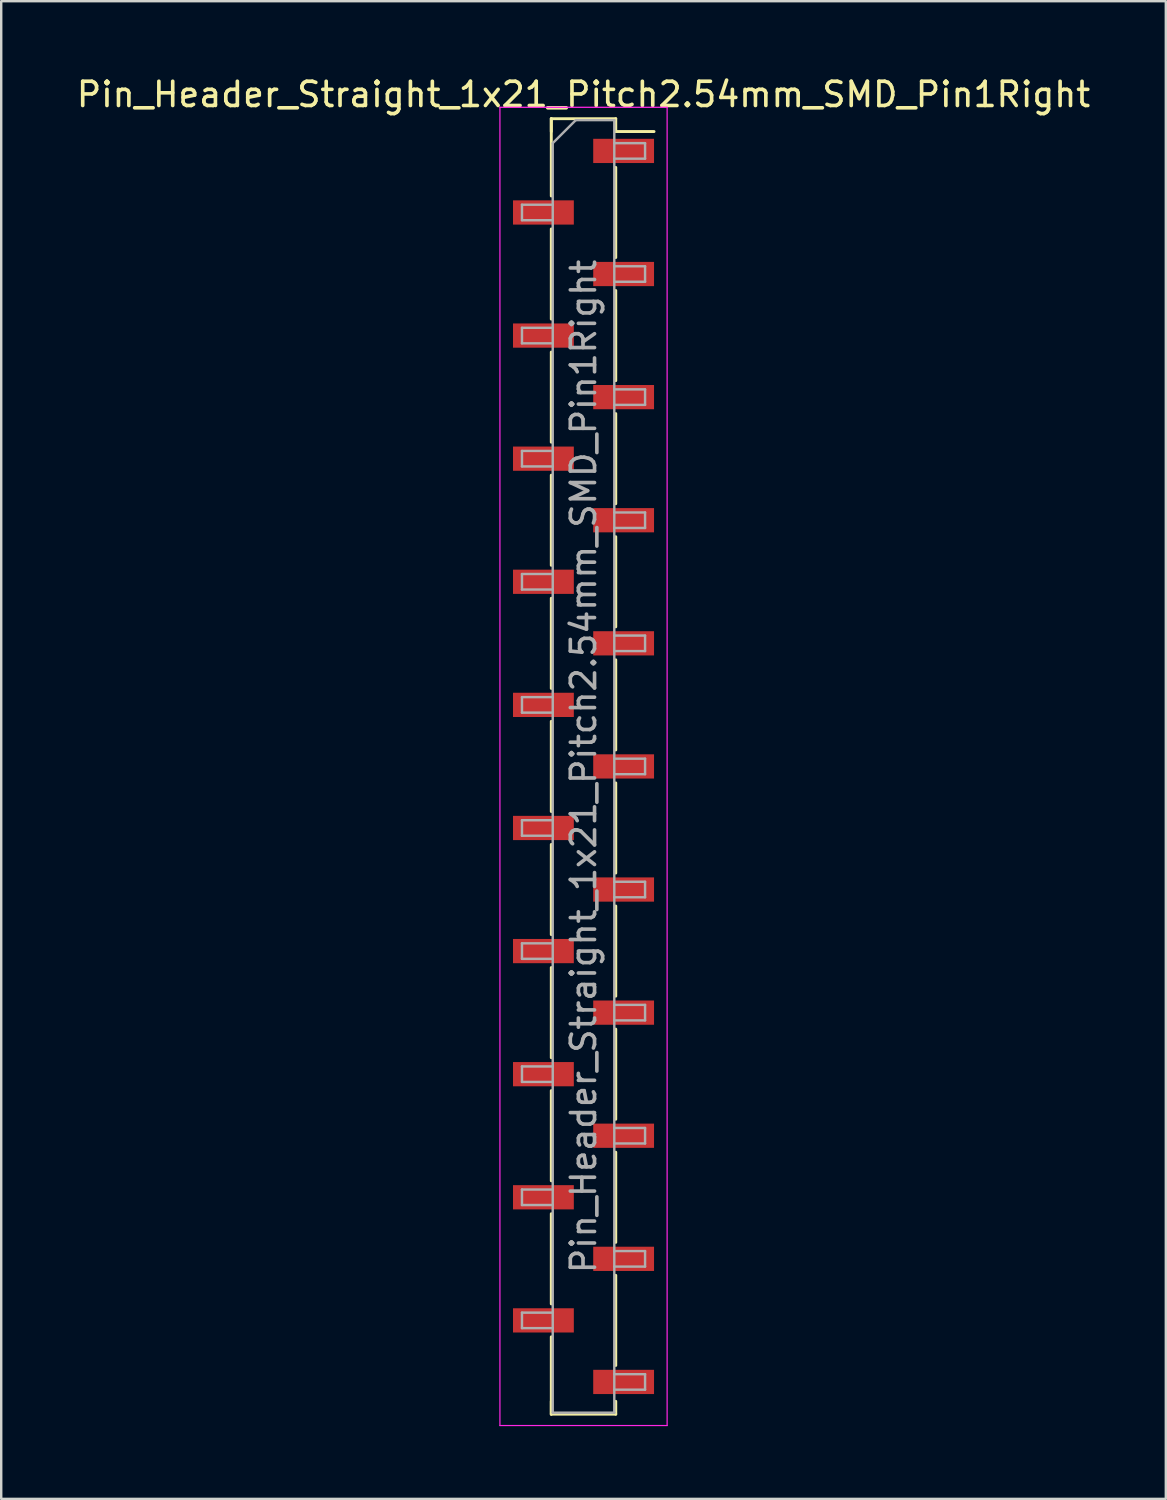
<source format=kicad_pcb>
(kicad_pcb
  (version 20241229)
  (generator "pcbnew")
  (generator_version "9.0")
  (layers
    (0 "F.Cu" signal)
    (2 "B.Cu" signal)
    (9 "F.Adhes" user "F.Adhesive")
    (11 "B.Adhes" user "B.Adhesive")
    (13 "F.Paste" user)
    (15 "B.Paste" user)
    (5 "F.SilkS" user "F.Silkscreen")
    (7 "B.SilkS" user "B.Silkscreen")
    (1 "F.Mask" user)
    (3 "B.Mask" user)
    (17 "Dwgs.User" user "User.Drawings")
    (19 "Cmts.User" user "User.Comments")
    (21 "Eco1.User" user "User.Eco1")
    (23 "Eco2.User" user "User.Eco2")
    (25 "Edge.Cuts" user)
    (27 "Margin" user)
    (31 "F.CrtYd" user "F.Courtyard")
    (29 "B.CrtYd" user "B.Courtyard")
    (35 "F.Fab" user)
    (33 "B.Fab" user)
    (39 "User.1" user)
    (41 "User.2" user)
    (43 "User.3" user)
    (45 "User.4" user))
  (footprint "Pin_Header_Straight_1x21_Pitch2.54mm_SMD_Pin1Right"
    (layer "F.Cu")
    (at 21.03 28.578)
    (property "Reference" "Pin_Header_Straight_1x21_Pitch2.54mm_SMD_Pin1Right" (at 0 -27.73 0) (layer "F.SilkS") (effects (font (size 1 1) (thickness 0.15))))
    (attr smd)
    (fp_line (start -1.33 -26.73) (end -1.33 -23.54) (stroke (width 0.12) (type solid)) (layer "F.SilkS"))
    (fp_line (start -1.33 -26.73) (end 1.33 -26.73) (stroke (width 0.12) (type solid)) (layer "F.SilkS"))
    (fp_line (start -1.33 -26.2) (end -1.33 -26.73) (stroke (width 0.12) (type solid)) (layer "F.SilkS"))
    (fp_line (start -1.33 -22.18) (end -1.33 -18.46) (stroke (width 0.12) (type solid)) (layer "F.SilkS"))
    (fp_line (start -1.33 -17.1) (end -1.33 -13.38) (stroke (width 0.12) (type solid)) (layer "F.SilkS"))
    (fp_line (start -1.33 -12.02) (end -1.33 -8.3) (stroke (width 0.12) (type solid)) (layer "F.SilkS"))
    (fp_line (start -1.33 -6.94) (end -1.33 -3.22) (stroke (width 0.12) (type solid)) (layer "F.SilkS"))
    (fp_line (start -1.33 -1.86) (end -1.33 1.86) (stroke (width 0.12) (type solid)) (layer "F.SilkS"))
    (fp_line (start -1.33 3.22) (end -1.33 6.94) (stroke (width 0.12) (type solid)) (layer "F.SilkS"))
    (fp_line (start -1.33 8.3) (end -1.33 12.02) (stroke (width 0.12) (type solid)) (layer "F.SilkS"))
    (fp_line (start -1.33 13.38) (end -1.33 17.1) (stroke (width 0.12) (type solid)) (layer "F.SilkS"))
    (fp_line (start -1.33 18.46) (end -1.33 22.18) (stroke (width 0.12) (type solid)) (layer "F.SilkS"))
    (fp_line (start -1.33 23.54) (end -1.33 26.73) (stroke (width 0.12) (type solid)) (layer "F.SilkS"))
    (fp_line (start -1.33 26.2) (end -1.33 26.73) (stroke (width 0.12) (type solid)) (layer "F.SilkS"))
    (fp_line (start -1.33 26.73) (end 1.33 26.73) (stroke (width 0.12) (type solid)) (layer "F.SilkS"))
    (fp_line (start 1.33 -26.73) (end 1.33 -26.2) (stroke (width 0.12) (type solid)) (layer "F.SilkS"))
    (fp_line (start 1.33 -26.2) (end 2.91 -26.2) (stroke (width 0.12) (type solid)) (layer "F.SilkS"))
    (fp_line (start 1.33 -24.72) (end 1.33 -21) (stroke (width 0.12) (type solid)) (layer "F.SilkS"))
    (fp_line (start 1.33 -19.64) (end 1.33 -15.92) (stroke (width 0.12) (type solid)) (layer "F.SilkS"))
    (fp_line (start 1.33 -14.56) (end 1.33 -10.84) (stroke (width 0.12) (type solid)) (layer "F.SilkS"))
    (fp_line (start 1.33 -9.48) (end 1.33 -5.76) (stroke (width 0.12) (type solid)) (layer "F.SilkS"))
    (fp_line (start 1.33 -4.4) (end 1.33 -0.68) (stroke (width 0.12) (type solid)) (layer "F.SilkS"))
    (fp_line (start 1.33 0.68) (end 1.33 4.4) (stroke (width 0.12) (type solid)) (layer "F.SilkS"))
    (fp_line (start 1.33 5.76) (end 1.33 9.48) (stroke (width 0.12) (type solid)) (layer "F.SilkS"))
    (fp_line (start 1.33 10.84) (end 1.33 14.56) (stroke (width 0.12) (type solid)) (layer "F.SilkS"))
    (fp_line (start 1.33 15.92) (end 1.33 19.64) (stroke (width 0.12) (type solid)) (layer "F.SilkS"))
    (fp_line (start 1.33 21) (end 1.33 24.72) (stroke (width 0.12) (type solid)) (layer "F.SilkS"))
    (fp_line (start 1.33 26.73) (end 1.33 26.2) (stroke (width 0.12) (type solid)) (layer "F.SilkS"))
    (fp_line (start -3.45 -27.2) (end -3.45 27.2) (stroke (width 0.05) (type solid)) (layer "F.CrtYd"))
    (fp_line (start -3.45 27.2) (end 3.45 27.2) (stroke (width 0.05) (type solid)) (layer "F.CrtYd"))
    (fp_line (start 3.45 -27.2) (end -3.45 -27.2) (stroke (width 0.05) (type solid)) (layer "F.CrtYd"))
    (fp_line (start 3.45 27.2) (end 3.45 -27.2) (stroke (width 0.05) (type solid)) (layer "F.CrtYd"))
    (fp_line (start -2.54 -23.18) (end -2.54 -22.54) (stroke (width 0.1) (type solid)) (layer "F.Fab"))
    (fp_line (start -2.54 -22.54) (end -1.27 -22.54) (stroke (width 0.1) (type solid)) (layer "F.Fab"))
    (fp_line (start -2.54 -18.1) (end -2.54 -17.46) (stroke (width 0.1) (type solid)) (layer "F.Fab"))
    (fp_line (start -2.54 -17.46) (end -1.27 -17.46) (stroke (width 0.1) (type solid)) (layer "F.Fab"))
    (fp_line (start -2.54 -13.02) (end -2.54 -12.38) (stroke (width 0.1) (type solid)) (layer "F.Fab"))
    (fp_line (start -2.54 -12.38) (end -1.27 -12.38) (stroke (width 0.1) (type solid)) (layer "F.Fab"))
    (fp_line (start -2.54 -7.94) (end -2.54 -7.3) (stroke (width 0.1) (type solid)) (layer "F.Fab"))
    (fp_line (start -2.54 -7.3) (end -1.27 -7.3) (stroke (width 0.1) (type solid)) (layer "F.Fab"))
    (fp_line (start -2.54 -2.86) (end -2.54 -2.22) (stroke (width 0.1) (type solid)) (layer "F.Fab"))
    (fp_line (start -2.54 -2.22) (end -1.27 -2.22) (stroke (width 0.1) (type solid)) (layer "F.Fab"))
    (fp_line (start -2.54 2.22) (end -2.54 2.86) (stroke (width 0.1) (type solid)) (layer "F.Fab"))
    (fp_line (start -2.54 2.86) (end -1.27 2.86) (stroke (width 0.1) (type solid)) (layer "F.Fab"))
    (fp_line (start -2.54 7.3) (end -2.54 7.94) (stroke (width 0.1) (type solid)) (layer "F.Fab"))
    (fp_line (start -2.54 7.94) (end -1.27 7.94) (stroke (width 0.1) (type solid)) (layer "F.Fab"))
    (fp_line (start -2.54 12.38) (end -2.54 13.02) (stroke (width 0.1) (type solid)) (layer "F.Fab"))
    (fp_line (start -2.54 13.02) (end -1.27 13.02) (stroke (width 0.1) (type solid)) (layer "F.Fab"))
    (fp_line (start -2.54 17.46) (end -2.54 18.1) (stroke (width 0.1) (type solid)) (layer "F.Fab"))
    (fp_line (start -2.54 18.1) (end -1.27 18.1) (stroke (width 0.1) (type solid)) (layer "F.Fab"))
    (fp_line (start -2.54 22.54) (end -2.54 23.18) (stroke (width 0.1) (type solid)) (layer "F.Fab"))
    (fp_line (start -2.54 23.18) (end -1.27 23.18) (stroke (width 0.1) (type solid)) (layer "F.Fab"))
    (fp_line (start -1.27 -25.72) (end -0.32 -26.67) (stroke (width 0.1) (type solid)) (layer "F.Fab"))
    (fp_line (start -1.27 -23.18) (end -2.54 -23.18) (stroke (width 0.1) (type solid)) (layer "F.Fab"))
    (fp_line (start -1.27 -18.1) (end -2.54 -18.1) (stroke (width 0.1) (type solid)) (layer "F.Fab"))
    (fp_line (start -1.27 -13.02) (end -2.54 -13.02) (stroke (width 0.1) (type solid)) (layer "F.Fab"))
    (fp_line (start -1.27 -7.94) (end -2.54 -7.94) (stroke (width 0.1) (type solid)) (layer "F.Fab"))
    (fp_line (start -1.27 -2.86) (end -2.54 -2.86) (stroke (width 0.1) (type solid)) (layer "F.Fab"))
    (fp_line (start -1.27 2.22) (end -2.54 2.22) (stroke (width 0.1) (type solid)) (layer "F.Fab"))
    (fp_line (start -1.27 7.3) (end -2.54 7.3) (stroke (width 0.1) (type solid)) (layer "F.Fab"))
    (fp_line (start -1.27 12.38) (end -2.54 12.38) (stroke (width 0.1) (type solid)) (layer "F.Fab"))
    (fp_line (start -1.27 17.46) (end -2.54 17.46) (stroke (width 0.1) (type solid)) (layer "F.Fab"))
    (fp_line (start -1.27 22.54) (end -2.54 22.54) (stroke (width 0.1) (type solid)) (layer "F.Fab"))
    (fp_line (start -1.27 26.67) (end -1.27 -25.72) (stroke (width 0.1) (type solid)) (layer "F.Fab"))
    (fp_line (start -0.32 -26.67) (end 1.27 -26.67) (stroke (width 0.1) (type solid)) (layer "F.Fab"))
    (fp_line (start 1.27 -26.67) (end 1.27 26.67) (stroke (width 0.1) (type solid)) (layer "F.Fab"))
    (fp_line (start 1.27 -25.72) (end 2.54 -25.72) (stroke (width 0.1) (type solid)) (layer "F.Fab"))
    (fp_line (start 1.27 -20.64) (end 2.54 -20.64) (stroke (width 0.1) (type solid)) (layer "F.Fab"))
    (fp_line (start 1.27 -15.56) (end 2.54 -15.56) (stroke (width 0.1) (type solid)) (layer "F.Fab"))
    (fp_line (start 1.27 -10.48) (end 2.54 -10.48) (stroke (width 0.1) (type solid)) (layer "F.Fab"))
    (fp_line (start 1.27 -5.4) (end 2.54 -5.4) (stroke (width 0.1) (type solid)) (layer "F.Fab"))
    (fp_line (start 1.27 -0.32) (end 2.54 -0.32) (stroke (width 0.1) (type solid)) (layer "F.Fab"))
    (fp_line (start 1.27 4.76) (end 2.54 4.76) (stroke (width 0.1) (type solid)) (layer "F.Fab"))
    (fp_line (start 1.27 9.84) (end 2.54 9.84) (stroke (width 0.1) (type solid)) (layer "F.Fab"))
    (fp_line (start 1.27 14.92) (end 2.54 14.92) (stroke (width 0.1) (type solid)) (layer "F.Fab"))
    (fp_line (start 1.27 20) (end 2.54 20) (stroke (width 0.1) (type solid)) (layer "F.Fab"))
    (fp_line (start 1.27 25.08) (end 2.54 25.08) (stroke (width 0.1) (type solid)) (layer "F.Fab"))
    (fp_line (start 1.27 26.67) (end -1.27 26.67) (stroke (width 0.1) (type solid)) (layer "F.Fab"))
    (fp_line (start 2.54 -25.72) (end 2.54 -25.08) (stroke (width 0.1) (type solid)) (layer "F.Fab"))
    (fp_line (start 2.54 -25.08) (end 1.27 -25.08) (stroke (width 0.1) (type solid)) (layer "F.Fab"))
    (fp_line (start 2.54 -20.64) (end 2.54 -20) (stroke (width 0.1) (type solid)) (layer "F.Fab"))
    (fp_line (start 2.54 -20) (end 1.27 -20) (stroke (width 0.1) (type solid)) (layer "F.Fab"))
    (fp_line (start 2.54 -15.56) (end 2.54 -14.92) (stroke (width 0.1) (type solid)) (layer "F.Fab"))
    (fp_line (start 2.54 -14.92) (end 1.27 -14.92) (stroke (width 0.1) (type solid)) (layer "F.Fab"))
    (fp_line (start 2.54 -10.48) (end 2.54 -9.84) (stroke (width 0.1) (type solid)) (layer "F.Fab"))
    (fp_line (start 2.54 -9.84) (end 1.27 -9.84) (stroke (width 0.1) (type solid)) (layer "F.Fab"))
    (fp_line (start 2.54 -5.4) (end 2.54 -4.76) (stroke (width 0.1) (type solid)) (layer "F.Fab"))
    (fp_line (start 2.54 -4.76) (end 1.27 -4.76) (stroke (width 0.1) (type solid)) (layer "F.Fab"))
    (fp_line (start 2.54 -0.32) (end 2.54 0.32) (stroke (width 0.1) (type solid)) (layer "F.Fab"))
    (fp_line (start 2.54 0.32) (end 1.27 0.32) (stroke (width 0.1) (type solid)) (layer "F.Fab"))
    (fp_line (start 2.54 4.76) (end 2.54 5.4) (stroke (width 0.1) (type solid)) (layer "F.Fab"))
    (fp_line (start 2.54 5.4) (end 1.27 5.4) (stroke (width 0.1) (type solid)) (layer "F.Fab"))
    (fp_line (start 2.54 9.84) (end 2.54 10.48) (stroke (width 0.1) (type solid)) (layer "F.Fab"))
    (fp_line (start 2.54 10.48) (end 1.27 10.48) (stroke (width 0.1) (type solid)) (layer "F.Fab"))
    (fp_line (start 2.54 14.92) (end 2.54 15.56) (stroke (width 0.1) (type solid)) (layer "F.Fab"))
    (fp_line (start 2.54 15.56) (end 1.27 15.56) (stroke (width 0.1) (type solid)) (layer "F.Fab"))
    (fp_line (start 2.54 20) (end 2.54 20.64) (stroke (width 0.1) (type solid)) (layer "F.Fab"))
    (fp_line (start 2.54 20.64) (end 1.27 20.64) (stroke (width 0.1) (type solid)) (layer "F.Fab"))
    (fp_line (start 2.54 25.08) (end 2.54 25.72) (stroke (width 0.1) (type solid)) (layer "F.Fab"))
    (fp_line (start 2.54 25.72) (end 1.27 25.72) (stroke (width 0.1) (type solid)) (layer "F.Fab"))
    (fp_text user "${REFERENCE}" (at 0 0 90) (layer "F.Fab") (effects (font (size 1 1) (thickness 0.15))))
    (pad "1" smd rect (at 1.655 -25.4) (size 2.51 1) (layers "F.Cu" "F.Mask" "F.Paste"))
    (pad "2" smd rect (at -1.655 -22.86) (size 2.51 1) (layers "F.Cu" "F.Mask" "F.Paste"))
    (pad "3" smd rect (at 1.655 -20.32) (size 2.51 1) (layers "F.Cu" "F.Mask" "F.Paste"))
    (pad "4" smd rect (at -1.655 -17.78) (size 2.51 1) (layers "F.Cu" "F.Mask" "F.Paste"))
    (pad "5" smd rect (at 1.655 -15.24) (size 2.51 1) (layers "F.Cu" "F.Mask" "F.Paste"))
    (pad "6" smd rect (at -1.655 -12.7) (size 2.51 1) (layers "F.Cu" "F.Mask" "F.Paste"))
    (pad "7" smd rect (at 1.655 -10.16) (size 2.51 1) (layers "F.Cu" "F.Mask" "F.Paste"))
    (pad "8" smd rect (at -1.655 -7.62) (size 2.51 1) (layers "F.Cu" "F.Mask" "F.Paste"))
    (pad "9" smd rect (at 1.655 -5.08) (size 2.51 1) (layers "F.Cu" "F.Mask" "F.Paste"))
    (pad "10" smd rect (at -1.655 -2.54) (size 2.51 1) (layers "F.Cu" "F.Mask" "F.Paste"))
    (pad "11" smd rect (at 1.655 0) (size 2.51 1) (layers "F.Cu" "F.Mask" "F.Paste"))
    (pad "12" smd rect (at -1.655 2.54) (size 2.51 1) (layers "F.Cu" "F.Mask" "F.Paste"))
    (pad "13" smd rect (at 1.655 5.08) (size 2.51 1) (layers "F.Cu" "F.Mask" "F.Paste"))
    (pad "14" smd rect (at -1.655 7.62) (size 2.51 1) (layers "F.Cu" "F.Mask" "F.Paste"))
    (pad "15" smd rect (at 1.655 10.16) (size 2.51 1) (layers "F.Cu" "F.Mask" "F.Paste"))
    (pad "16" smd rect (at -1.655 12.7) (size 2.51 1) (layers "F.Cu" "F.Mask" "F.Paste"))
    (pad "17" smd rect (at 1.655 15.24) (size 2.51 1) (layers "F.Cu" "F.Mask" "F.Paste"))
    (pad "18" smd rect (at -1.655 17.78) (size 2.51 1) (layers "F.Cu" "F.Mask" "F.Paste"))
    (pad "19" smd rect (at 1.655 20.32) (size 2.51 1) (layers "F.Cu" "F.Mask" "F.Paste"))
    (pad "20" smd rect (at -1.655 22.86) (size 2.51 1) (layers "F.Cu" "F.Mask" "F.Paste"))
    (pad "21" smd rect (at 1.655 25.4) (size 2.51 1) (layers "F.Cu" "F.Mask" "F.Paste")))
  (gr_rect
    (start -3 -3)
    (end 45.06 58.803)
    (stroke (width 0.1) (type default))
    (fill no)
    (layer "Edge.Cuts")))
</source>
